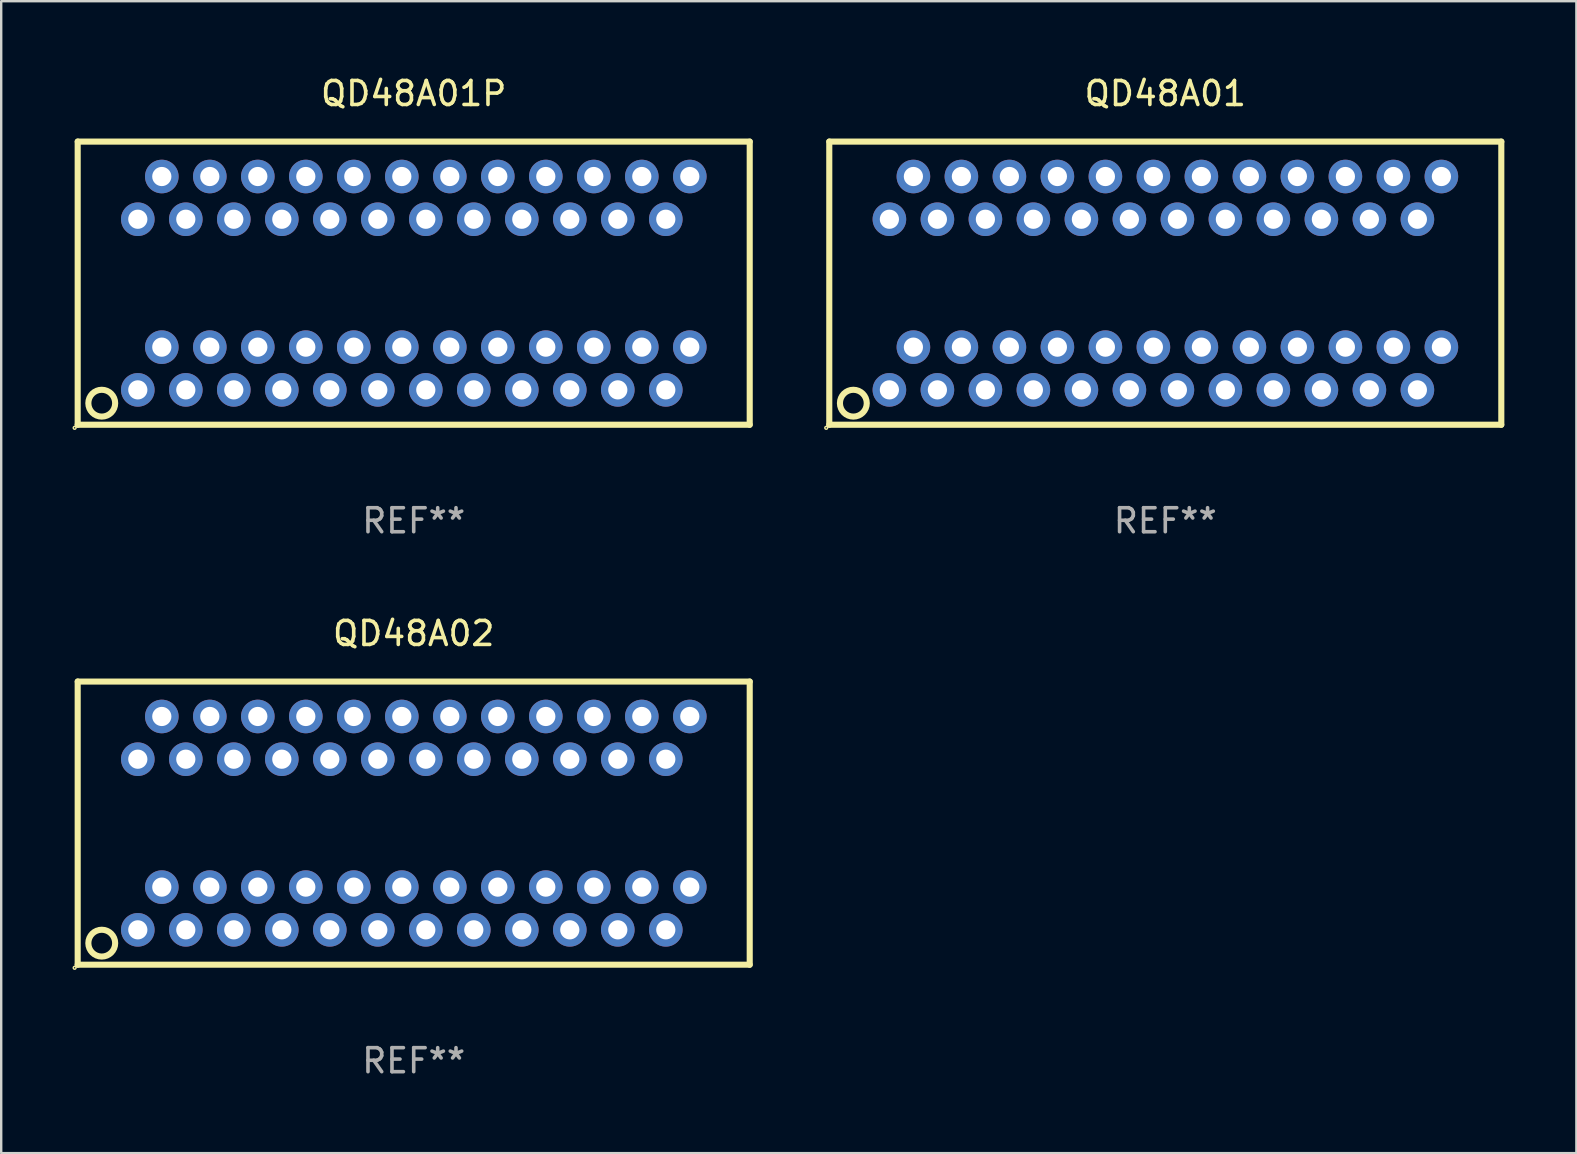
<source format=kicad_pcb>
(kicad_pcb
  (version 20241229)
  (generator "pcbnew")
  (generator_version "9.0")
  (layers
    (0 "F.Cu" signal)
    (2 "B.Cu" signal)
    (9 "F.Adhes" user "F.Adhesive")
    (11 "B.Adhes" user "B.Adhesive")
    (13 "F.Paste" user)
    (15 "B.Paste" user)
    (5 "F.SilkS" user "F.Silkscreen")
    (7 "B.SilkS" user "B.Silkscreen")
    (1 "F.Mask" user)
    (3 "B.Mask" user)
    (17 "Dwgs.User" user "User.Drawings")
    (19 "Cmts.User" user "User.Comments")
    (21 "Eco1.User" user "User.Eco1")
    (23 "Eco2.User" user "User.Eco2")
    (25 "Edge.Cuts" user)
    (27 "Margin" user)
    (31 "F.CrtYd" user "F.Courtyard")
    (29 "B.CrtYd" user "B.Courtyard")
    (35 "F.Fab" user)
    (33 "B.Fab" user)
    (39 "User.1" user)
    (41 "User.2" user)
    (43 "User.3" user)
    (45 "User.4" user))
  (footprint "QD48A01P"
    (layer "F.Cu")
    (at 14.188 8.749)
    (property "Reference" "QD48A01P" (at 0 -7.901 0) (layer "F.SilkS") (effects (font (size 1 1) (thickness 0.15))))
    (attr through_hole)
    (fp_line (start -14.001 5.899) (end -14.001 -5.901) (stroke (width 0.254) (type solid)) (layer "F.SilkS"))
    (fp_line (start -13.998 -5.899) (end 14.001 -5.899) (stroke (width 0.254) (type solid)) (layer "F.SilkS"))
    (fp_line (start 13.998 5.899) (end -14.001 5.899) (stroke (width 0.254) (type solid)) (layer "F.SilkS"))
    (fp_line (start 14.001 -5.899) (end 14.001 5.901) (stroke (width 0.254) (type solid)) (layer "F.SilkS"))
    (fp_circle (center -14.128 6.028) (end -14.099 6.028) (stroke (width 0.06) (type solid)) (fill no) (layer "F.SilkS"))
    (fp_circle (center -12.998 5.001) (end -12.439 5.001) (stroke (width 0.254) (type solid)) (fill no) (layer "F.SilkS"))
    (fp_text user "REF**" (at 0 9.901 0) (layer "F.Fab") (effects (font (size 1 1) (thickness 0.15))))
    (pad "1" thru_hole circle (at -11.496 4.446) (size 1.4 1.4) (drill 0.8) (layers "*.Cu" "*.Mask"))
    (pad "2" thru_hole circle (at -10.496 2.666) (size 1.4 1.4) (drill 0.8) (layers "*.Cu" "*.Mask"))
    (pad "3" thru_hole circle (at -9.496 4.446) (size 1.4 1.4) (drill 0.8) (layers "*.Cu" "*.Mask"))
    (pad "4" thru_hole circle (at -8.496 2.666) (size 1.4 1.4) (drill 0.8) (layers "*.Cu" "*.Mask"))
    (pad "5" thru_hole circle (at -7.496 4.446) (size 1.4 1.4) (drill 0.8) (layers "*.Cu" "*.Mask"))
    (pad "6" thru_hole circle (at -6.496 2.666) (size 1.4 1.4) (drill 0.8) (layers "*.Cu" "*.Mask"))
    (pad "7" thru_hole circle (at -5.496 4.446) (size 1.4 1.4) (drill 0.8) (layers "*.Cu" "*.Mask"))
    (pad "8" thru_hole circle (at -4.496 2.666) (size 1.4 1.4) (drill 0.8) (layers "*.Cu" "*.Mask"))
    (pad "9" thru_hole circle (at -3.496 4.446) (size 1.4 1.4) (drill 0.8) (layers "*.Cu" "*.Mask"))
    (pad "10" thru_hole circle (at -2.496 2.666) (size 1.4 1.4) (drill 0.8) (layers "*.Cu" "*.Mask"))
    (pad "11" thru_hole circle (at -1.496 4.446) (size 1.4 1.4) (drill 0.8) (layers "*.Cu" "*.Mask"))
    (pad "12" thru_hole circle (at -0.496 2.666) (size 1.4 1.4) (drill 0.8) (layers "*.Cu" "*.Mask"))
    (pad "13" thru_hole circle (at 0.504 4.446) (size 1.4 1.4) (drill 0.8) (layers "*.Cu" "*.Mask"))
    (pad "14" thru_hole circle (at 1.504 2.666) (size 1.4 1.4) (drill 0.8) (layers "*.Cu" "*.Mask"))
    (pad "15" thru_hole circle (at 2.504 4.446) (size 1.4 1.4) (drill 0.8) (layers "*.Cu" "*.Mask"))
    (pad "16" thru_hole circle (at 3.504 2.666) (size 1.4 1.4) (drill 0.8) (layers "*.Cu" "*.Mask"))
    (pad "17" thru_hole circle (at 4.504 4.446) (size 1.4 1.4) (drill 0.8) (layers "*.Cu" "*.Mask"))
    (pad "18" thru_hole circle (at 5.504 2.666) (size 1.4 1.4) (drill 0.8) (layers "*.Cu" "*.Mask"))
    (pad "19" thru_hole circle (at 6.504 4.446) (size 1.4 1.4) (drill 0.8) (layers "*.Cu" "*.Mask"))
    (pad "20" thru_hole circle (at 7.504 2.666) (size 1.4 1.4) (drill 0.8) (layers "*.Cu" "*.Mask"))
    (pad "21" thru_hole circle (at 8.504 4.446) (size 1.4 1.4) (drill 0.8) (layers "*.Cu" "*.Mask"))
    (pad "22" thru_hole circle (at 9.504 2.666) (size 1.4 1.4) (drill 0.8) (layers "*.Cu" "*.Mask"))
    (pad "23" thru_hole circle (at 10.504 4.446) (size 1.4 1.4) (drill 0.8) (layers "*.Cu" "*.Mask"))
    (pad "24" thru_hole circle (at 11.504 2.666) (size 1.4 1.4) (drill 0.8) (layers "*.Cu" "*.Mask"))
    (pad "25" thru_hole circle (at 11.504 -4.444) (size 1.4 1.4) (drill 0.8) (layers "*.Cu" "*.Mask"))
    (pad "26" thru_hole circle (at 10.504 -2.664) (size 1.4 1.4) (drill 0.8) (layers "*.Cu" "*.Mask"))
    (pad "27" thru_hole circle (at 9.504 -4.444) (size 1.4 1.4) (drill 0.8) (layers "*.Cu" "*.Mask"))
    (pad "28" thru_hole circle (at 8.504 -2.664) (size 1.4 1.4) (drill 0.8) (layers "*.Cu" "*.Mask"))
    (pad "29" thru_hole circle (at 7.504 -4.444) (size 1.4 1.4) (drill 0.8) (layers "*.Cu" "*.Mask"))
    (pad "30" thru_hole circle (at 6.504 -2.664) (size 1.4 1.4) (drill 0.8) (layers "*.Cu" "*.Mask"))
    (pad "31" thru_hole circle (at 5.504 -4.444) (size 1.4 1.4) (drill 0.8) (layers "*.Cu" "*.Mask"))
    (pad "32" thru_hole circle (at 4.504 -2.664) (size 1.4 1.4) (drill 0.8) (layers "*.Cu" "*.Mask"))
    (pad "33" thru_hole circle (at 3.504 -4.444) (size 1.4 1.4) (drill 0.8) (layers "*.Cu" "*.Mask"))
    (pad "34" thru_hole circle (at 2.504 -2.664) (size 1.4 1.4) (drill 0.8) (layers "*.Cu" "*.Mask"))
    (pad "35" thru_hole circle (at 1.504 -4.444) (size 1.4 1.4) (drill 0.8) (layers "*.Cu" "*.Mask"))
    (pad "36" thru_hole circle (at 0.504 -2.664) (size 1.4 1.4) (drill 0.8) (layers "*.Cu" "*.Mask"))
    (pad "37" thru_hole circle (at -0.496 -4.444) (size 1.4 1.4) (drill 0.8) (layers "*.Cu" "*.Mask"))
    (pad "38" thru_hole circle (at -1.496 -2.664) (size 1.4 1.4) (drill 0.8) (layers "*.Cu" "*.Mask"))
    (pad "39" thru_hole circle (at -2.496 -4.444) (size 1.4 1.4) (drill 0.8) (layers "*.Cu" "*.Mask"))
    (pad "40" thru_hole circle (at -3.496 -2.664) (size 1.4 1.4) (drill 0.8) (layers "*.Cu" "*.Mask"))
    (pad "41" thru_hole circle (at -4.496 -4.444) (size 1.4 1.4) (drill 0.8) (layers "*.Cu" "*.Mask"))
    (pad "42" thru_hole circle (at -5.496 -2.664) (size 1.4 1.4) (drill 0.8) (layers "*.Cu" "*.Mask"))
    (pad "43" thru_hole circle (at -6.496 -4.444) (size 1.4 1.4) (drill 0.8) (layers "*.Cu" "*.Mask"))
    (pad "44" thru_hole circle (at -7.496 -2.664) (size 1.4 1.4) (drill 0.8) (layers "*.Cu" "*.Mask"))
    (pad "45" thru_hole circle (at -8.496 -4.444) (size 1.4 1.4) (drill 0.8) (layers "*.Cu" "*.Mask"))
    (pad "46" thru_hole circle (at -9.496 -2.664) (size 1.4 1.4) (drill 0.8) (layers "*.Cu" "*.Mask"))
    (pad "47" thru_hole circle (at -10.496 -4.444) (size 1.4 1.4) (drill 0.8) (layers "*.Cu" "*.Mask"))
    (pad "48" thru_hole circle (at -11.496 -2.664) (size 1.4 1.4) (drill 0.8) (layers "*.Cu" "*.Mask")))
  (footprint "QD48A01"
    (layer "F.Cu")
    (at 45.505 8.749)
    (property "Reference" "QD48A01" (at 0 -7.901 0) (layer "F.SilkS") (effects (font (size 1 1) (thickness 0.15))))
    (attr through_hole)
    (fp_line (start -14.001 5.899) (end -14.001 -5.901) (stroke (width 0.254) (type solid)) (layer "F.SilkS"))
    (fp_line (start -13.998 -5.899) (end 14.001 -5.899) (stroke (width 0.254) (type solid)) (layer "F.SilkS"))
    (fp_line (start 13.998 5.899) (end -14.001 5.899) (stroke (width 0.254) (type solid)) (layer "F.SilkS"))
    (fp_line (start 14.001 -5.899) (end 14.001 5.901) (stroke (width 0.254) (type solid)) (layer "F.SilkS"))
    (fp_circle (center -14.128 6.028) (end -14.099 6.028) (stroke (width 0.06) (type solid)) (fill no) (layer "F.SilkS"))
    (fp_circle (center -12.998 5.001) (end -12.439 5.001) (stroke (width 0.254) (type solid)) (fill no) (layer "F.SilkS"))
    (fp_text user "REF**" (at 0 9.901 0) (layer "F.Fab") (effects (font (size 1 1) (thickness 0.15))))
    (pad "1" thru_hole circle (at -11.496 4.446) (size 1.4 1.4) (drill 0.8) (layers "*.Cu" "*.Mask"))
    (pad "2" thru_hole circle (at -10.496 2.666) (size 1.4 1.4) (drill 0.8) (layers "*.Cu" "*.Mask"))
    (pad "3" thru_hole circle (at -9.496 4.446) (size 1.4 1.4) (drill 0.8) (layers "*.Cu" "*.Mask"))
    (pad "4" thru_hole circle (at -8.496 2.666) (size 1.4 1.4) (drill 0.8) (layers "*.Cu" "*.Mask"))
    (pad "5" thru_hole circle (at -7.496 4.446) (size 1.4 1.4) (drill 0.8) (layers "*.Cu" "*.Mask"))
    (pad "6" thru_hole circle (at -6.496 2.666) (size 1.4 1.4) (drill 0.8) (layers "*.Cu" "*.Mask"))
    (pad "7" thru_hole circle (at -5.496 4.446) (size 1.4 1.4) (drill 0.8) (layers "*.Cu" "*.Mask"))
    (pad "8" thru_hole circle (at -4.496 2.666) (size 1.4 1.4) (drill 0.8) (layers "*.Cu" "*.Mask"))
    (pad "9" thru_hole circle (at -3.496 4.446) (size 1.4 1.4) (drill 0.8) (layers "*.Cu" "*.Mask"))
    (pad "10" thru_hole circle (at -2.496 2.666) (size 1.4 1.4) (drill 0.8) (layers "*.Cu" "*.Mask"))
    (pad "11" thru_hole circle (at -1.496 4.446) (size 1.4 1.4) (drill 0.8) (layers "*.Cu" "*.Mask"))
    (pad "12" thru_hole circle (at -0.496 2.666) (size 1.4 1.4) (drill 0.8) (layers "*.Cu" "*.Mask"))
    (pad "13" thru_hole circle (at 0.504 4.446) (size 1.4 1.4) (drill 0.8) (layers "*.Cu" "*.Mask"))
    (pad "14" thru_hole circle (at 1.504 2.666) (size 1.4 1.4) (drill 0.8) (layers "*.Cu" "*.Mask"))
    (pad "15" thru_hole circle (at 2.504 4.446) (size 1.4 1.4) (drill 0.8) (layers "*.Cu" "*.Mask"))
    (pad "16" thru_hole circle (at 3.504 2.666) (size 1.4 1.4) (drill 0.8) (layers "*.Cu" "*.Mask"))
    (pad "17" thru_hole circle (at 4.504 4.446) (size 1.4 1.4) (drill 0.8) (layers "*.Cu" "*.Mask"))
    (pad "18" thru_hole circle (at 5.504 2.666) (size 1.4 1.4) (drill 0.8) (layers "*.Cu" "*.Mask"))
    (pad "19" thru_hole circle (at 6.504 4.446) (size 1.4 1.4) (drill 0.8) (layers "*.Cu" "*.Mask"))
    (pad "20" thru_hole circle (at 7.504 2.666) (size 1.4 1.4) (drill 0.8) (layers "*.Cu" "*.Mask"))
    (pad "21" thru_hole circle (at 8.504 4.446) (size 1.4 1.4) (drill 0.8) (layers "*.Cu" "*.Mask"))
    (pad "22" thru_hole circle (at 9.504 2.666) (size 1.4 1.4) (drill 0.8) (layers "*.Cu" "*.Mask"))
    (pad "23" thru_hole circle (at 10.504 4.446) (size 1.4 1.4) (drill 0.8) (layers "*.Cu" "*.Mask"))
    (pad "24" thru_hole circle (at 11.504 2.666) (size 1.4 1.4) (drill 0.8) (layers "*.Cu" "*.Mask"))
    (pad "25" thru_hole circle (at 11.504 -4.444) (size 1.4 1.4) (drill 0.8) (layers "*.Cu" "*.Mask"))
    (pad "26" thru_hole circle (at 10.504 -2.664) (size 1.4 1.4) (drill 0.8) (layers "*.Cu" "*.Mask"))
    (pad "27" thru_hole circle (at 9.504 -4.444) (size 1.4 1.4) (drill 0.8) (layers "*.Cu" "*.Mask"))
    (pad "28" thru_hole circle (at 8.504 -2.664) (size 1.4 1.4) (drill 0.8) (layers "*.Cu" "*.Mask"))
    (pad "29" thru_hole circle (at 7.504 -4.444) (size 1.4 1.4) (drill 0.8) (layers "*.Cu" "*.Mask"))
    (pad "30" thru_hole circle (at 6.504 -2.664) (size 1.4 1.4) (drill 0.8) (layers "*.Cu" "*.Mask"))
    (pad "31" thru_hole circle (at 5.504 -4.444) (size 1.4 1.4) (drill 0.8) (layers "*.Cu" "*.Mask"))
    (pad "32" thru_hole circle (at 4.504 -2.664) (size 1.4 1.4) (drill 0.8) (layers "*.Cu" "*.Mask"))
    (pad "33" thru_hole circle (at 3.504 -4.444) (size 1.4 1.4) (drill 0.8) (layers "*.Cu" "*.Mask"))
    (pad "34" thru_hole circle (at 2.504 -2.664) (size 1.4 1.4) (drill 0.8) (layers "*.Cu" "*.Mask"))
    (pad "35" thru_hole circle (at 1.504 -4.444) (size 1.4 1.4) (drill 0.8) (layers "*.Cu" "*.Mask"))
    (pad "36" thru_hole circle (at 0.504 -2.664) (size 1.4 1.4) (drill 0.8) (layers "*.Cu" "*.Mask"))
    (pad "37" thru_hole circle (at -0.496 -4.444) (size 1.4 1.4) (drill 0.8) (layers "*.Cu" "*.Mask"))
    (pad "38" thru_hole circle (at -1.496 -2.664) (size 1.4 1.4) (drill 0.8) (layers "*.Cu" "*.Mask"))
    (pad "39" thru_hole circle (at -2.496 -4.444) (size 1.4 1.4) (drill 0.8) (layers "*.Cu" "*.Mask"))
    (pad "40" thru_hole circle (at -3.496 -2.664) (size 1.4 1.4) (drill 0.8) (layers "*.Cu" "*.Mask"))
    (pad "41" thru_hole circle (at -4.496 -4.444) (size 1.4 1.4) (drill 0.8) (layers "*.Cu" "*.Mask"))
    (pad "42" thru_hole circle (at -5.496 -2.664) (size 1.4 1.4) (drill 0.8) (layers "*.Cu" "*.Mask"))
    (pad "43" thru_hole circle (at -6.496 -4.444) (size 1.4 1.4) (drill 0.8) (layers "*.Cu" "*.Mask"))
    (pad "44" thru_hole circle (at -7.496 -2.664) (size 1.4 1.4) (drill 0.8) (layers "*.Cu" "*.Mask"))
    (pad "45" thru_hole circle (at -8.496 -4.444) (size 1.4 1.4) (drill 0.8) (layers "*.Cu" "*.Mask"))
    (pad "46" thru_hole circle (at -9.496 -2.664) (size 1.4 1.4) (drill 0.8) (layers "*.Cu" "*.Mask"))
    (pad "47" thru_hole circle (at -10.496 -4.444) (size 1.4 1.4) (drill 0.8) (layers "*.Cu" "*.Mask"))
    (pad "48" thru_hole circle (at -11.496 -2.664) (size 1.4 1.4) (drill 0.8) (layers "*.Cu" "*.Mask")))
  (footprint "QD48A02"
    (layer "F.Cu")
    (at 14.188 31.248)
    (property "Reference" "QD48A02" (at 0 -7.901 0) (layer "F.SilkS") (effects (font (size 1 1) (thickness 0.15))))
    (attr through_hole)
    (fp_line (start -14.001 5.899) (end -14.001 -5.901) (stroke (width 0.254) (type solid)) (layer "F.SilkS"))
    (fp_line (start -13.998 -5.899) (end 14.001 -5.899) (stroke (width 0.254) (type solid)) (layer "F.SilkS"))
    (fp_line (start 13.998 5.899) (end -14.001 5.899) (stroke (width 0.254) (type solid)) (layer "F.SilkS"))
    (fp_line (start 14.001 -5.899) (end 14.001 5.901) (stroke (width 0.254) (type solid)) (layer "F.SilkS"))
    (fp_circle (center -14.128 6.028) (end -14.099 6.028) (stroke (width 0.06) (type solid)) (fill no) (layer "F.SilkS"))
    (fp_circle (center -12.998 5.001) (end -12.439 5.001) (stroke (width 0.254) (type solid)) (fill no) (layer "F.SilkS"))
    (fp_text user "REF**" (at 0 9.901 0) (layer "F.Fab") (effects (font (size 1 1) (thickness 0.15))))
    (pad "1" thru_hole circle (at -11.496 4.446) (size 1.4 1.4) (drill 0.8) (layers "*.Cu" "*.Mask"))
    (pad "2" thru_hole circle (at -10.496 2.666) (size 1.4 1.4) (drill 0.8) (layers "*.Cu" "*.Mask"))
    (pad "3" thru_hole circle (at -9.496 4.446) (size 1.4 1.4) (drill 0.8) (layers "*.Cu" "*.Mask"))
    (pad "4" thru_hole circle (at -8.496 2.666) (size 1.4 1.4) (drill 0.8) (layers "*.Cu" "*.Mask"))
    (pad "5" thru_hole circle (at -7.496 4.446) (size 1.4 1.4) (drill 0.8) (layers "*.Cu" "*.Mask"))
    (pad "6" thru_hole circle (at -6.496 2.666) (size 1.4 1.4) (drill 0.8) (layers "*.Cu" "*.Mask"))
    (pad "7" thru_hole circle (at -5.496 4.446) (size 1.4 1.4) (drill 0.8) (layers "*.Cu" "*.Mask"))
    (pad "8" thru_hole circle (at -4.496 2.666) (size 1.4 1.4) (drill 0.8) (layers "*.Cu" "*.Mask"))
    (pad "9" thru_hole circle (at -3.496 4.446) (size 1.4 1.4) (drill 0.8) (layers "*.Cu" "*.Mask"))
    (pad "10" thru_hole circle (at -2.496 2.666) (size 1.4 1.4) (drill 0.8) (layers "*.Cu" "*.Mask"))
    (pad "11" thru_hole circle (at -1.496 4.446) (size 1.4 1.4) (drill 0.8) (layers "*.Cu" "*.Mask"))
    (pad "12" thru_hole circle (at -0.496 2.666) (size 1.4 1.4) (drill 0.8) (layers "*.Cu" "*.Mask"))
    (pad "13" thru_hole circle (at 0.504 4.446) (size 1.4 1.4) (drill 0.8) (layers "*.Cu" "*.Mask"))
    (pad "14" thru_hole circle (at 1.504 2.666) (size 1.4 1.4) (drill 0.8) (layers "*.Cu" "*.Mask"))
    (pad "15" thru_hole circle (at 2.504 4.446) (size 1.4 1.4) (drill 0.8) (layers "*.Cu" "*.Mask"))
    (pad "16" thru_hole circle (at 3.504 2.666) (size 1.4 1.4) (drill 0.8) (layers "*.Cu" "*.Mask"))
    (pad "17" thru_hole circle (at 4.504 4.446) (size 1.4 1.4) (drill 0.8) (layers "*.Cu" "*.Mask"))
    (pad "18" thru_hole circle (at 5.504 2.666) (size 1.4 1.4) (drill 0.8) (layers "*.Cu" "*.Mask"))
    (pad "19" thru_hole circle (at 6.504 4.446) (size 1.4 1.4) (drill 0.8) (layers "*.Cu" "*.Mask"))
    (pad "20" thru_hole circle (at 7.504 2.666) (size 1.4 1.4) (drill 0.8) (layers "*.Cu" "*.Mask"))
    (pad "21" thru_hole circle (at 8.504 4.446) (size 1.4 1.4) (drill 0.8) (layers "*.Cu" "*.Mask"))
    (pad "22" thru_hole circle (at 9.504 2.666) (size 1.4 1.4) (drill 0.8) (layers "*.Cu" "*.Mask"))
    (pad "23" thru_hole circle (at 10.504 4.446) (size 1.4 1.4) (drill 0.8) (layers "*.Cu" "*.Mask"))
    (pad "24" thru_hole circle (at 11.504 2.666) (size 1.4 1.4) (drill 0.8) (layers "*.Cu" "*.Mask"))
    (pad "25" thru_hole circle (at 11.504 -4.444) (size 1.4 1.4) (drill 0.8) (layers "*.Cu" "*.Mask"))
    (pad "26" thru_hole circle (at 10.504 -2.664) (size 1.4 1.4) (drill 0.8) (layers "*.Cu" "*.Mask"))
    (pad "27" thru_hole circle (at 9.504 -4.444) (size 1.4 1.4) (drill 0.8) (layers "*.Cu" "*.Mask"))
    (pad "28" thru_hole circle (at 8.504 -2.664) (size 1.4 1.4) (drill 0.8) (layers "*.Cu" "*.Mask"))
    (pad "29" thru_hole circle (at 7.504 -4.444) (size 1.4 1.4) (drill 0.8) (layers "*.Cu" "*.Mask"))
    (pad "30" thru_hole circle (at 6.504 -2.664) (size 1.4 1.4) (drill 0.8) (layers "*.Cu" "*.Mask"))
    (pad "31" thru_hole circle (at 5.504 -4.444) (size 1.4 1.4) (drill 0.8) (layers "*.Cu" "*.Mask"))
    (pad "32" thru_hole circle (at 4.504 -2.664) (size 1.4 1.4) (drill 0.8) (layers "*.Cu" "*.Mask"))
    (pad "33" thru_hole circle (at 3.504 -4.444) (size 1.4 1.4) (drill 0.8) (layers "*.Cu" "*.Mask"))
    (pad "34" thru_hole circle (at 2.504 -2.664) (size 1.4 1.4) (drill 0.8) (layers "*.Cu" "*.Mask"))
    (pad "35" thru_hole circle (at 1.504 -4.444) (size 1.4 1.4) (drill 0.8) (layers "*.Cu" "*.Mask"))
    (pad "36" thru_hole circle (at 0.504 -2.664) (size 1.4 1.4) (drill 0.8) (layers "*.Cu" "*.Mask"))
    (pad "37" thru_hole circle (at -0.496 -4.444) (size 1.4 1.4) (drill 0.8) (layers "*.Cu" "*.Mask"))
    (pad "38" thru_hole circle (at -1.496 -2.664) (size 1.4 1.4) (drill 0.8) (layers "*.Cu" "*.Mask"))
    (pad "39" thru_hole circle (at -2.496 -4.444) (size 1.4 1.4) (drill 0.8) (layers "*.Cu" "*.Mask"))
    (pad "40" thru_hole circle (at -3.496 -2.664) (size 1.4 1.4) (drill 0.8) (layers "*.Cu" "*.Mask"))
    (pad "41" thru_hole circle (at -4.496 -4.444) (size 1.4 1.4) (drill 0.8) (layers "*.Cu" "*.Mask"))
    (pad "42" thru_hole circle (at -5.496 -2.664) (size 1.4 1.4) (drill 0.8) (layers "*.Cu" "*.Mask"))
    (pad "43" thru_hole circle (at -6.496 -4.444) (size 1.4 1.4) (drill 0.8) (layers "*.Cu" "*.Mask"))
    (pad "44" thru_hole circle (at -7.496 -2.664) (size 1.4 1.4) (drill 0.8) (layers "*.Cu" "*.Mask"))
    (pad "45" thru_hole circle (at -8.496 -4.444) (size 1.4 1.4) (drill 0.8) (layers "*.Cu" "*.Mask"))
    (pad "46" thru_hole circle (at -9.496 -2.664) (size 1.4 1.4) (drill 0.8) (layers "*.Cu" "*.Mask"))
    (pad "47" thru_hole circle (at -10.496 -4.444) (size 1.4 1.4) (drill 0.8) (layers "*.Cu" "*.Mask"))
    (pad "48" thru_hole circle (at -11.496 -2.664) (size 1.4 1.4) (drill 0.8) (layers "*.Cu" "*.Mask")))
  (gr_rect
    (start -3 -3)
    (end 62.634 44.997)
    (stroke (width 0.1) (type default))
    (fill no)
    (layer "Edge.Cuts")))
</source>
